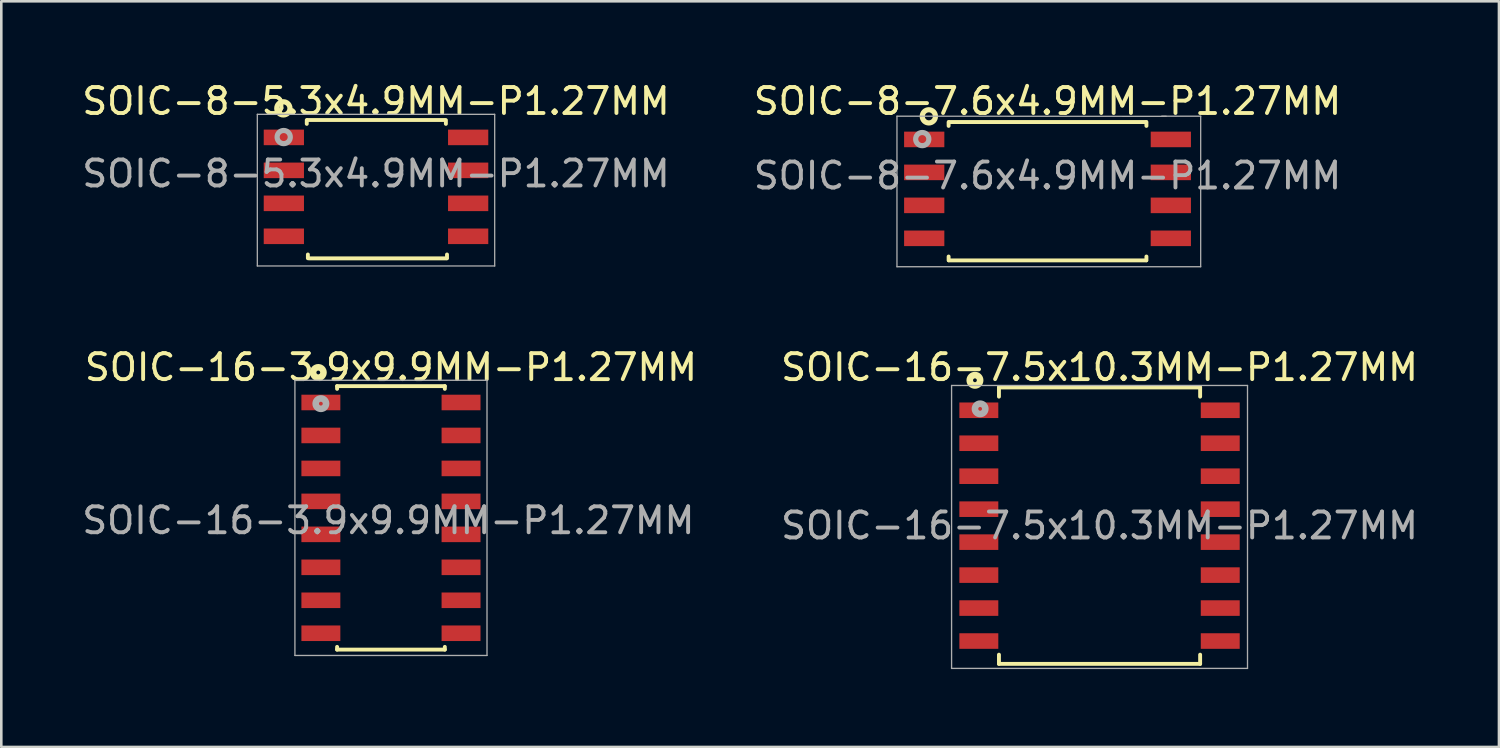
<source format=kicad_pcb>
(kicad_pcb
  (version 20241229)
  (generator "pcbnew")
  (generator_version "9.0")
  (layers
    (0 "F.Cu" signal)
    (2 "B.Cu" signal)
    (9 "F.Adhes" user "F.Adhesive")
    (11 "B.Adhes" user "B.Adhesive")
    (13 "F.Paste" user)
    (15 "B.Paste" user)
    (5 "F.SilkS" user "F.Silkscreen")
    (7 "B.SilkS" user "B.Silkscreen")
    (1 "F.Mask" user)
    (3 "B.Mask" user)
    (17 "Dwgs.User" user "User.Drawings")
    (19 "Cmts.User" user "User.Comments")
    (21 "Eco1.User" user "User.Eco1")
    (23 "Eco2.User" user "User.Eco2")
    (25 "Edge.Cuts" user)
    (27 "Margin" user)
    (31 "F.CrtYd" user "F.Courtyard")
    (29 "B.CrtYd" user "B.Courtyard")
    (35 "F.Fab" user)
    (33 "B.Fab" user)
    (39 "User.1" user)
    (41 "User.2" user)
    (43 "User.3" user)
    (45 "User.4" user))
  (footprint "SOIC-16-3.9x9.9MM-P1.27MM"
    (layer "F.Cu")
    (at 12.011 16.9)
    (property "Reference" "SOIC-16-3.9x9.9MM-P1.27MM" (at -0.1 0.1 0) (layer "F.Fab") (effects (font (size 1 1) (thickness 0.15))))
    (attr smd)
    (fp_line (start -2.075 -5.075) (end -2.075 -4.97) (stroke (width 0.15) (type solid)) (layer "F.SilkS"))
    (fp_line (start -2.075 -5.075) (end 2.075 -5.075) (stroke (width 0.15) (type solid)) (layer "F.SilkS"))
    (fp_line (start -2.075 5.075) (end -2.075 4.97) (stroke (width 0.15) (type solid)) (layer "F.SilkS"))
    (fp_line (start -2.075 5.075) (end 2.075 5.075) (stroke (width 0.15) (type solid)) (layer "F.SilkS"))
    (fp_line (start 2.075 -5.075) (end 2.075 -4.97) (stroke (width 0.15) (type solid)) (layer "F.SilkS"))
    (fp_line (start 2.075 5.075) (end 2.075 4.97) (stroke (width 0.15) (type solid)) (layer "F.SilkS"))
    (fp_circle (center -2.8 -5.6) (end -2.8 -5.4) (stroke (width 0.254) (type solid)) (fill no) (layer "F.SilkS"))
    (fp_line (start -3.7 -5.3) (end -3.7 5.3) (stroke (width 0.051) (type solid)) (layer "F.Fab"))
    (fp_line (start -3.7 5.3) (end 3.7 5.3) (stroke (width 0.051) (type solid)) (layer "F.Fab"))
    (fp_line (start 3.7 -5.3) (end -3.7 -5.3) (stroke (width 0.051) (type solid)) (layer "F.Fab"))
    (fp_line (start 3.7 5.3) (end 3.7 -5.3) (stroke (width 0.051) (type solid)) (layer "F.Fab"))
    (fp_circle (center -2.7 -4.4) (end -2.7 -4.2) (stroke (width 0.254) (type solid)) (fill no) (layer "F.Fab"))
    (fp_text user "${REFERENCE}" (at 0 -5.8 0) (layer "F.SilkS") (effects (font (size 1 1) (thickness 0.15))))
    (pad "1" smd rect (at -2.7 -4.445) (size 1.5 0.6) (layers "F.Cu" "F.Mask" "F.Paste"))
    (pad "2" smd rect (at -2.7 -3.175) (size 1.5 0.6) (layers "F.Cu" "F.Mask" "F.Paste"))
    (pad "3" smd rect (at -2.7 -1.905) (size 1.5 0.6) (layers "F.Cu" "F.Mask" "F.Paste"))
    (pad "4" smd rect (at -2.7 -0.635) (size 1.5 0.6) (layers "F.Cu" "F.Mask" "F.Paste"))
    (pad "5" smd rect (at -2.7 0.635) (size 1.5 0.6) (layers "F.Cu" "F.Mask" "F.Paste"))
    (pad "6" smd rect (at -2.7 1.905) (size 1.5 0.6) (layers "F.Cu" "F.Mask" "F.Paste"))
    (pad "7" smd rect (at -2.7 3.175) (size 1.5 0.6) (layers "F.Cu" "F.Mask" "F.Paste"))
    (pad "8" smd rect (at -2.7 4.445) (size 1.5 0.6) (layers "F.Cu" "F.Mask" "F.Paste"))
    (pad "9" smd rect (at 2.7 4.445) (size 1.5 0.6) (layers "F.Cu" "F.Mask" "F.Paste"))
    (pad "10" smd rect (at 2.7 3.175) (size 1.5 0.6) (layers "F.Cu" "F.Mask" "F.Paste"))
    (pad "11" smd rect (at 2.7 1.905) (size 1.5 0.6) (layers "F.Cu" "F.Mask" "F.Paste"))
    (pad "12" smd rect (at 2.7 0.635) (size 1.5 0.6) (layers "F.Cu" "F.Mask" "F.Paste"))
    (pad "13" smd rect (at 2.7 -0.635) (size 1.5 0.6) (layers "F.Cu" "F.Mask" "F.Paste"))
    (pad "14" smd rect (at 2.7 -1.905) (size 1.5 0.6) (layers "F.Cu" "F.Mask" "F.Paste"))
    (pad "15" smd rect (at 2.7 -3.175) (size 1.5 0.6) (layers "F.Cu" "F.Mask" "F.Paste"))
    (pad "16" smd rect (at 2.7 -4.445) (size 1.5 0.6) (layers "F.Cu" "F.Mask" "F.Paste")))
  (footprint "SOIC-8-7.6x4.9MM-P1.27MM"
    (layer "F.Cu")
    (at 37.304 4.226)
    (property "Reference" "SOIC-8-7.6x4.9MM-P1.27MM" (at 0 -0.508 0) (layer "F.Fab") (effects (font (size 1 1) (thickness 0.15))))
    (attr smd)
    (fp_line (start -3.81 -2.571) (end -3.81 -2.426) (stroke (width 0.15) (type solid)) (layer "F.SilkS"))
    (fp_line (start -3.81 2.751) (end -3.81 2.606) (stroke (width 0.15) (type solid)) (layer "F.SilkS"))
    (fp_line (start -3.8 -2.575) (end 3.8 -2.575) (stroke (width 0.15) (type solid)) (layer "F.SilkS"))
    (fp_line (start 3.8 2.755) (end -3.8 2.755) (stroke (width 0.15) (type solid)) (layer "F.SilkS"))
    (fp_line (start 3.81 -2.571) (end 3.81 -2.426) (stroke (width 0.15) (type solid)) (layer "F.SilkS"))
    (fp_line (start 3.81 2.751) (end 3.81 2.606) (stroke (width 0.15) (type solid)) (layer "F.SilkS"))
    (fp_circle (center -4.572 -2.794) (end -4.318 -2.794) (stroke (width 0.2) (type solid)) (fill no) (layer "F.SilkS"))
    (fp_line (start -5.8 -2.8) (end -5.8 3) (stroke (width 0.05) (type solid)) (layer "F.Fab"))
    (fp_line (start -5.8 -2.8) (end 4.572 -2.794) (stroke (width 0.05) (type solid)) (layer "F.Fab"))
    (fp_line (start -5.8 3) (end 5.9 3) (stroke (width 0.05) (type solid)) (layer "F.Fab"))
    (fp_line (start 5.9 -2.8) (end 4.4 -2.8) (stroke (width 0.05) (type solid)) (layer "F.Fab"))
    (fp_line (start 5.9 3) (end 5.9 -2.8) (stroke (width 0.05) (type solid)) (layer "F.Fab"))
    (fp_circle (center -4.826 -1.918) (end -4.572 -1.918) (stroke (width 0.2) (type solid)) (fill no) (layer "F.Fab"))
    (fp_text user "${REFERENCE}" (at 0 -3.378 0) (layer "F.SilkS") (effects (font (size 1 1) (thickness 0.15))))
    (pad "1" smd rect (at -4.75 -1.905) (size 1.55 0.6) (layers "F.Cu" "F.Mask" "F.Paste"))
    (pad "2" smd rect (at -4.75 -0.635) (size 1.55 0.6) (layers "F.Cu" "F.Mask" "F.Paste"))
    (pad "3" smd rect (at -4.75 0.635) (size 1.55 0.6) (layers "F.Cu" "F.Mask" "F.Paste"))
    (pad "4" smd rect (at -4.75 1.905) (size 1.55 0.6) (layers "F.Cu" "F.Mask" "F.Paste"))
    (pad "5" smd rect (at 4.75 1.905) (size 1.55 0.6) (layers "F.Cu" "F.Mask" "F.Paste"))
    (pad "6" smd rect (at 4.75 0.635) (size 1.55 0.6) (layers "F.Cu" "F.Mask" "F.Paste"))
    (pad "7" smd rect (at 4.75 -0.635) (size 1.55 0.6) (layers "F.Cu" "F.Mask" "F.Paste"))
    (pad "8" smd rect (at 4.75 -1.905) (size 1.55 0.6) (layers "F.Cu" "F.Mask" "F.Paste")))
  (footprint "SOIC-16-7.5x10.3MM-P1.27MM"
    (layer "F.Cu")
    (at 39.308 17.2)
    (property "Reference" "SOIC-16-7.5x10.3MM-P1.27MM" (at 0 0 0) (layer "F.Fab") (effects (font (size 1 1) (thickness 0.15))))
    (attr smd)
    (fp_line (start -3.875 -5.325) (end -3.875 -4.97) (stroke (width 0.15) (type solid)) (layer "F.SilkS"))
    (fp_line (start -3.875 -5.325) (end 3.875 -5.325) (stroke (width 0.15) (type solid)) (layer "F.SilkS"))
    (fp_line (start -3.875 5.325) (end -3.875 4.97) (stroke (width 0.15) (type solid)) (layer "F.SilkS"))
    (fp_line (start -3.875 5.325) (end 3.875 5.325) (stroke (width 0.15) (type solid)) (layer "F.SilkS"))
    (fp_line (start 3.875 -5.325) (end 3.875 -4.97) (stroke (width 0.15) (type solid)) (layer "F.SilkS"))
    (fp_line (start 3.875 5.325) (end 3.875 4.97) (stroke (width 0.15) (type solid)) (layer "F.SilkS"))
    (fp_circle (center -4.8 -5.6) (end -4.8 -5.4) (stroke (width 0.254) (type solid)) (fill no) (layer "F.SilkS"))
    (fp_line (start -5.7 -5.4) (end -5.7 5.5) (stroke (width 0.051) (type solid)) (layer "F.Fab"))
    (fp_line (start -5.7 5.5) (end 5.7 5.5) (stroke (width 0.051) (type solid)) (layer "F.Fab"))
    (fp_line (start 5.7 -5.4) (end -5.7 -5.4) (stroke (width 0.051) (type solid)) (layer "F.Fab"))
    (fp_line (start 5.7 5.5) (end 5.7 -5.4) (stroke (width 0.051) (type solid)) (layer "F.Fab"))
    (fp_circle (center -4.6 -4.5) (end -4.6 -4.3) (stroke (width 0.254) (type solid)) (fill no) (layer "F.Fab"))
    (fp_text user "${REFERENCE}" (at 0 -6.1 0) (layer "F.SilkS") (effects (font (size 1 1) (thickness 0.15))))
    (pad "1" smd rect (at -4.65 -4.445) (size 1.5 0.6) (layers "F.Cu" "F.Mask" "F.Paste"))
    (pad "2" smd rect (at -4.65 -3.175) (size 1.5 0.6) (layers "F.Cu" "F.Mask" "F.Paste"))
    (pad "3" smd rect (at -4.65 -1.905) (size 1.5 0.6) (layers "F.Cu" "F.Mask" "F.Paste"))
    (pad "4" smd rect (at -4.65 -0.635) (size 1.5 0.6) (layers "F.Cu" "F.Mask" "F.Paste"))
    (pad "5" smd rect (at -4.65 0.635) (size 1.5 0.6) (layers "F.Cu" "F.Mask" "F.Paste"))
    (pad "6" smd rect (at -4.65 1.905) (size 1.5 0.6) (layers "F.Cu" "F.Mask" "F.Paste"))
    (pad "7" smd rect (at -4.65 3.175) (size 1.5 0.6) (layers "F.Cu" "F.Mask" "F.Paste"))
    (pad "8" smd rect (at -4.65 4.445) (size 1.5 0.6) (layers "F.Cu" "F.Mask" "F.Paste"))
    (pad "9" smd rect (at 4.65 4.445) (size 1.5 0.6) (layers "F.Cu" "F.Mask" "F.Paste"))
    (pad "10" smd rect (at 4.65 3.175) (size 1.5 0.6) (layers "F.Cu" "F.Mask" "F.Paste"))
    (pad "11" smd rect (at 4.65 1.905) (size 1.5 0.6) (layers "F.Cu" "F.Mask" "F.Paste"))
    (pad "12" smd rect (at 4.65 0.635) (size 1.5 0.6) (layers "F.Cu" "F.Mask" "F.Paste"))
    (pad "13" smd rect (at 4.65 -0.635) (size 1.5 0.6) (layers "F.Cu" "F.Mask" "F.Paste"))
    (pad "14" smd rect (at 4.65 -1.905) (size 1.5 0.6) (layers "F.Cu" "F.Mask" "F.Paste"))
    (pad "15" smd rect (at 4.65 -3.175) (size 1.5 0.6) (layers "F.Cu" "F.Mask" "F.Paste"))
    (pad "16" smd rect (at 4.65 -4.445) (size 1.5 0.6) (layers "F.Cu" "F.Mask" "F.Paste")))
  (footprint "SOIC-8-5.3x4.9MM-P1.27MM"
    (layer "F.Cu")
    (at 11.435 4.148)
    (property "Reference" "SOIC-8-5.3x4.9MM-P1.27MM" (at 0 -0.508 0) (layer "F.Fab") (effects (font (size 1 1) (thickness 0.15))))
    (attr smd)
    (fp_line (start -2.667 -2.571) (end -2.667 -2.426) (stroke (width 0.15) (type solid)) (layer "F.SilkS"))
    (fp_line (start -2.65 -2.575) (end 2.65 -2.575) (stroke (width 0.15) (type solid)) (layer "F.SilkS"))
    (fp_line (start -2.624 2.751) (end -2.624 2.606) (stroke (width 0.15) (type solid)) (layer "F.SilkS"))
    (fp_line (start 2.692 -2.571) (end 2.692 -2.426) (stroke (width 0.15) (type solid)) (layer "F.SilkS"))
    (fp_line (start 2.718 2.755) (end -2.582 2.755) (stroke (width 0.15) (type solid)) (layer "F.SilkS"))
    (fp_line (start 2.735 2.751) (end 2.735 2.606) (stroke (width 0.15) (type solid)) (layer "F.SilkS"))
    (fp_circle (center -3.569 -3.023) (end -3.315 -3.023) (stroke (width 0.2) (type solid)) (fill no) (layer "F.SilkS"))
    (fp_line (start -4.572 -2.794) (end -4.572 3.048) (stroke (width 0.05) (type solid)) (layer "F.Fab"))
    (fp_line (start -4.572 -2.794) (end 4.572 -2.794) (stroke (width 0.05) (type solid)) (layer "F.Fab"))
    (fp_line (start -4.572 3.048) (end 4.572 3.048) (stroke (width 0.05) (type solid)) (layer "F.Fab"))
    (fp_line (start 4.572 -2.794) (end 4.572 3.048) (stroke (width 0.05) (type solid)) (layer "F.Fab"))
    (fp_circle (center -3.556 -1.918) (end -3.302 -1.918) (stroke (width 0.2) (type solid)) (fill no) (layer "F.Fab"))
    (fp_text user "${REFERENCE}" (at 0 -3.3 0) (layer "F.SilkS") (effects (font (size 1 1) (thickness 0.15))))
    (pad "1" smd rect (at -3.55 -1.905) (size 1.55 0.6) (layers "F.Cu" "F.Mask" "F.Paste"))
    (pad "2" smd rect (at -3.55 -0.635) (size 1.55 0.6) (layers "F.Cu" "F.Mask" "F.Paste"))
    (pad "3" smd rect (at -3.55 0.635) (size 1.55 0.6) (layers "F.Cu" "F.Mask" "F.Paste"))
    (pad "4" smd rect (at -3.55 1.905) (size 1.55 0.6) (layers "F.Cu" "F.Mask" "F.Paste"))
    (pad "5" smd rect (at 3.55 1.905) (size 1.55 0.6) (layers "F.Cu" "F.Mask" "F.Paste"))
    (pad "6" smd rect (at 3.55 0.635) (size 1.55 0.6) (layers "F.Cu" "F.Mask" "F.Paste"))
    (pad "7" smd rect (at 3.55 -0.635) (size 1.55 0.6) (layers "F.Cu" "F.Mask" "F.Paste"))
    (pad "8" smd rect (at 3.55 -1.905) (size 1.55 0.6) (layers "F.Cu" "F.Mask" "F.Paste")))
  (gr_rect
    (start -3 -3)
    (end 54.695 25.725)
    (stroke (width 0.1) (type default))
    (fill no)
    (layer "Edge.Cuts")))
</source>
